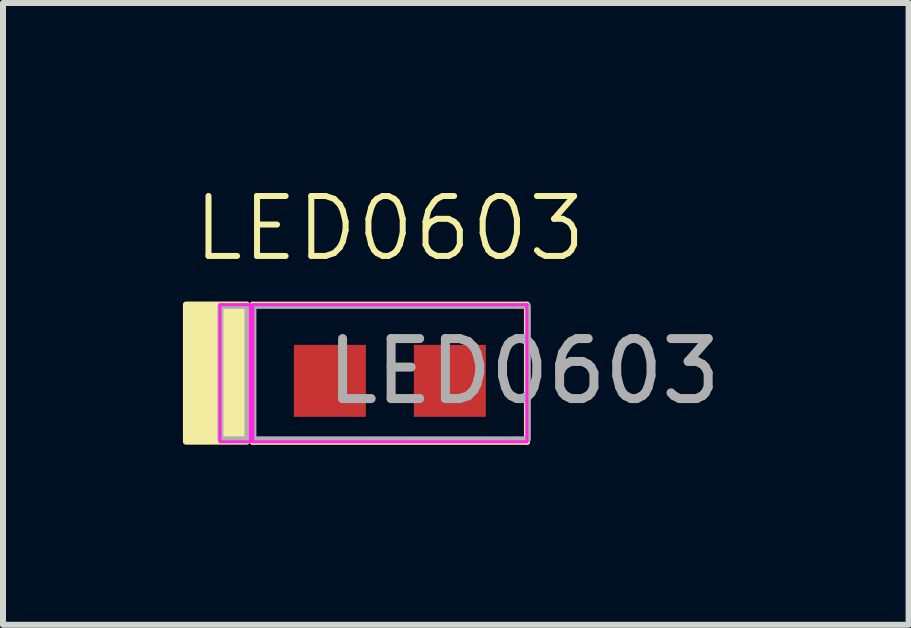
<source format=kicad_pcb>
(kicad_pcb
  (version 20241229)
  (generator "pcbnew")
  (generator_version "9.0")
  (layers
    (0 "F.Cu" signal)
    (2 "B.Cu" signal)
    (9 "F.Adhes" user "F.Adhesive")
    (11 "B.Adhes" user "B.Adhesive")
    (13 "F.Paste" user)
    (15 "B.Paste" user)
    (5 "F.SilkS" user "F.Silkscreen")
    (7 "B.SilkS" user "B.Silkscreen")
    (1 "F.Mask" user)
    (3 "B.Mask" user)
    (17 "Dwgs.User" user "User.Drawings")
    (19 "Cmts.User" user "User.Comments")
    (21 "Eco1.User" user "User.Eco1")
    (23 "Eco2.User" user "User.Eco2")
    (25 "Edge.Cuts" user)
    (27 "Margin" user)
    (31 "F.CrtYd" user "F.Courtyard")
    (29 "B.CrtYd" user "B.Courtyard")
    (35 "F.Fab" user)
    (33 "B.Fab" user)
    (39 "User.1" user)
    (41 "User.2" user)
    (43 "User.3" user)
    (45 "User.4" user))
  (footprint "LED0603"
    (layer "F.Cu")
    (at 3.45 3.3)
    (property "Reference" "LED0603" (at 0 -2.54 0) (unlocked yes) (layer "F.SilkS") (effects (font (size 1 1) (thickness 0.1))))
    (attr smd)
    (fp_line (start -2.286 -1.27) (end -2.286 1.016) (stroke (width 0.1) (type default)) (layer "F.SilkS"))
    (fp_line (start -2.286 -1.27) (end 2.286 -1.27) (stroke (width 0.1) (type default)) (layer "F.SilkS"))
    (fp_line (start 2.286 -1.27) (end 2.286 1.016) (stroke (width 0.1) (type default)) (layer "F.SilkS"))
    (fp_line (start 2.286 1.016) (end -2.286 1.016) (stroke (width 0.1) (type default)) (layer "F.SilkS"))
    (fp_poly (pts (xy -2.384 -1.272) (xy -2.384 1.014) (xy -3.4 1.014) (xy -3.4 -1.272)) (stroke (width 0.1) (type solid)) (fill yes) (layer "F.SilkS"))
    (fp_line (start -2.286 -1.27) (end -2.286 1.016) (stroke (width 0.05) (type default)) (layer "F.CrtYd"))
    (fp_line (start -2.286 -1.27) (end 2.286 -1.27) (stroke (width 0.05) (type default)) (layer "F.CrtYd"))
    (fp_line (start 2.286 -1.27) (end 2.286 1.016) (stroke (width 0.05) (type default)) (layer "F.CrtYd"))
    (fp_line (start 2.286 1.016) (end -2.286 1.016) (stroke (width 0.05) (type default)) (layer "F.CrtYd"))
    (fp_poly (pts (xy -2.325 -1.27) (xy -2.325 1.016) (xy -2.833 1.016) (xy -2.833 -1.27)) (stroke (width 0.05) (type solid)) (fill no) (layer "F.CrtYd"))
    (fp_rect (start -2.275 -1.25) (end 2.3 0.975) (stroke (width 0.1) (type default)) (fill no) (layer "F.Fab"))
    (fp_poly (pts (xy -2.375 -1.25) (xy -2.825 -1.25) (xy -2.825 0.975) (xy -2.375 0.975)) (stroke (width 0.1) (type solid)) (fill no) (layer "F.Fab"))
    (fp_text user "${REFERENCE}" (at -1.125 0.425 0) (unlocked yes) (layer "F.Fab") (effects (font (size 1 1) (thickness 0.15)) (justify left bottom)))
    (pad "A" smd rect (at 1 0) (size 1.2 1.2) (layers "F.Cu" "F.Mask" "F.Paste"))
    (pad "C" smd rect (at -1 0) (size 1.2 1.2) (layers "F.Cu" "F.Mask" "F.Paste")))
  (gr_rect
    (start -3 -3)
    (end 12.099 7.367)
    (stroke (width 0.1) (type default))
    (fill no)
    (layer "Edge.Cuts")))
</source>
